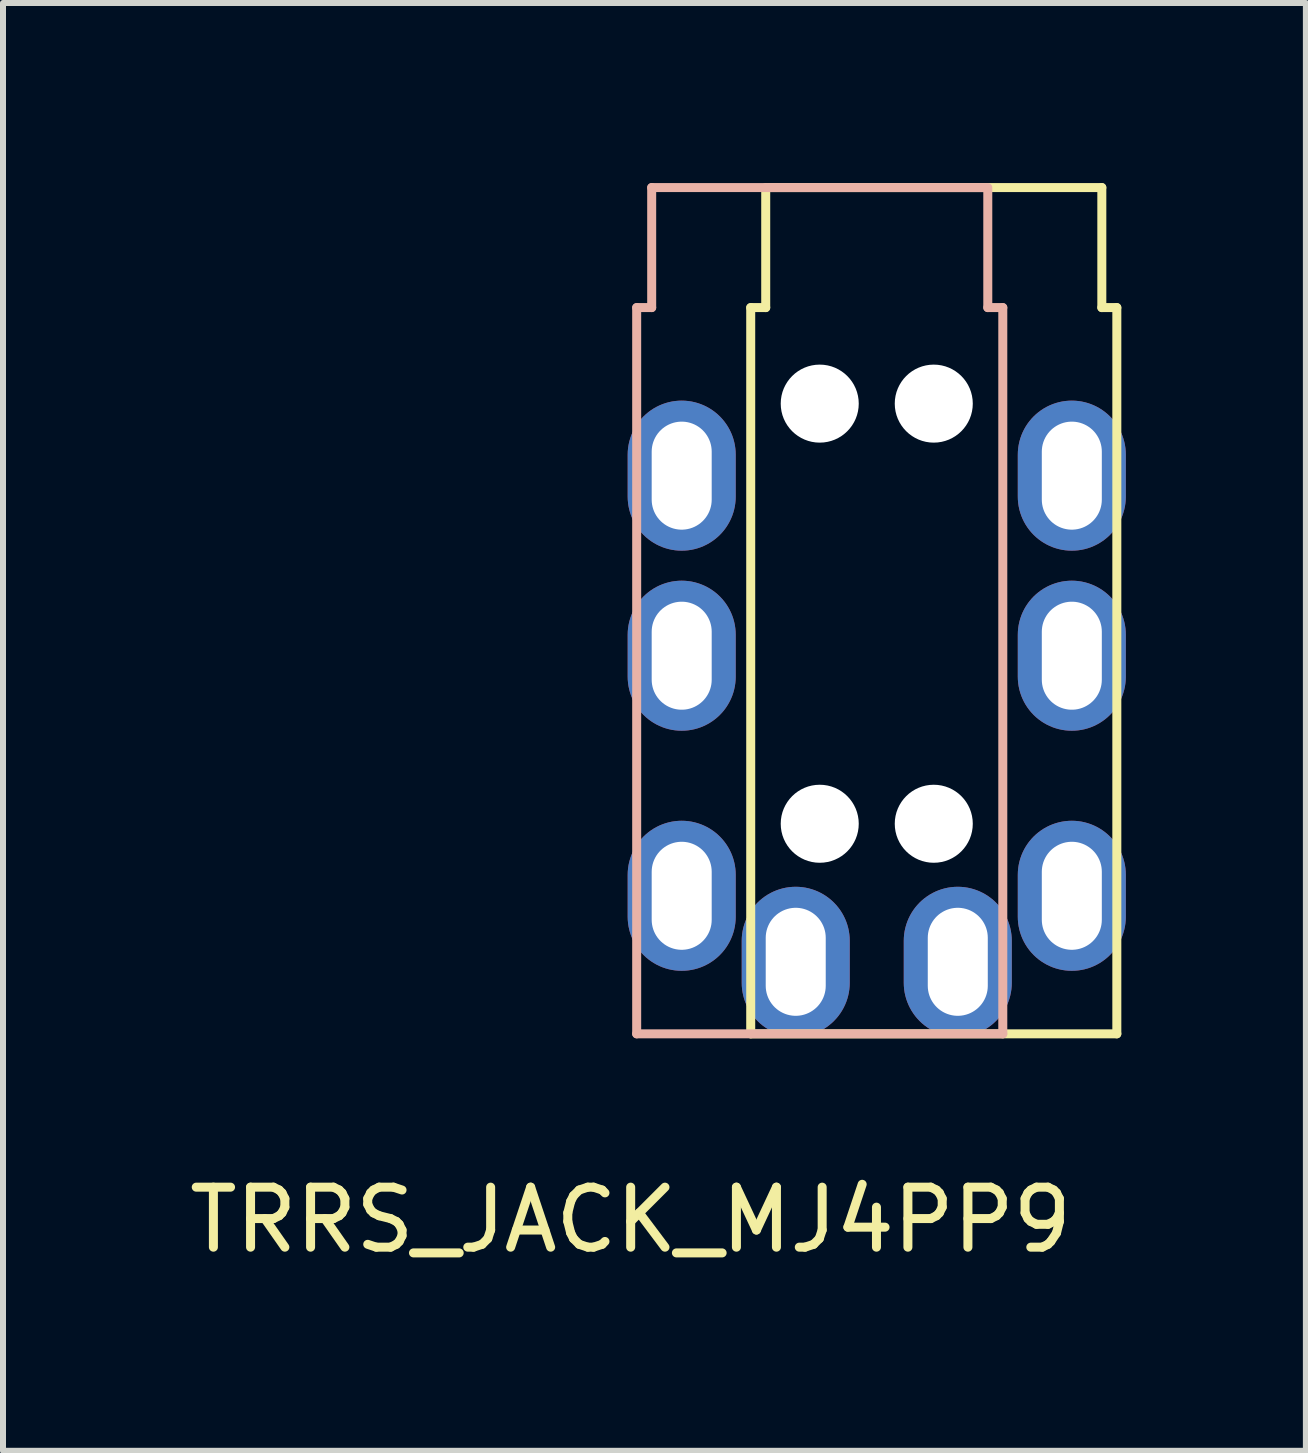
<source format=kicad_pcb>
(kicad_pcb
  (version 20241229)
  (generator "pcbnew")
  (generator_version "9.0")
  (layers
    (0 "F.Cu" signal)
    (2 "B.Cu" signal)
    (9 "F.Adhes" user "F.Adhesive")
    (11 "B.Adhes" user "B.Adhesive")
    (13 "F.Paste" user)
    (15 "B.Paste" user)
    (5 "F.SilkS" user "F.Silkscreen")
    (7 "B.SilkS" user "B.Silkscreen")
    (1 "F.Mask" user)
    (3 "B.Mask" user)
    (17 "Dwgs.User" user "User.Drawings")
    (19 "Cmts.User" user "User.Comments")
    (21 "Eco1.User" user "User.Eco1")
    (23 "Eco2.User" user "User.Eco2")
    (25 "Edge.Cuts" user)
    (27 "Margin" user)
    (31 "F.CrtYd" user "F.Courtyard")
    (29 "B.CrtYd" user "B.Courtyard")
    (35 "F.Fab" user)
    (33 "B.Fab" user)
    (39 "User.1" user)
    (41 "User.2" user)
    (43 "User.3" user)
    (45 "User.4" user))
  (footprint "TRRS_JACK_MJ4PP9"
    (layer "F.Cu")
    (at 7.558 14.175)
    (property "Reference" "TRRS_JACK_MJ4PP9" (at -0.1 3.1 0) (layer "F.SilkS") (effects (font (size 1 1) (thickness 0.15))))
    (attr through_hole)
    (fp_line (start 1.9 -12.1) (end 2.15 -12.1) (stroke (width 0.15) (type solid)) (layer "F.SilkS"))
    (fp_line (start 1.9 0) (end 1.9 -12.1) (stroke (width 0.15) (type solid)) (layer "F.SilkS"))
    (fp_line (start 2.15 -12.1) (end 2.15 -14.1) (stroke (width 0.15) (type solid)) (layer "F.SilkS"))
    (fp_line (start 2.2 -14.1) (end 7.75 -14.1) (stroke (width 0.15) (type solid)) (layer "F.SilkS"))
    (fp_line (start 7.75 -12.1) (end 7.75 -14.1) (stroke (width 0.15) (type solid)) (layer "F.SilkS"))
    (fp_line (start 8 -12.1) (end 7.75 -12.1) (stroke (width 0.15) (type solid)) (layer "F.SilkS"))
    (fp_line (start 8 0) (end 1.9 0) (stroke (width 0.15) (type solid)) (layer "F.SilkS"))
    (fp_line (start 8 0) (end 8 -12.1) (stroke (width 0.15) (type solid)) (layer "F.SilkS"))
    (fp_line (start 0 -12.1) (end 0.25 -12.1) (stroke (width 0.15) (type solid)) (layer "B.SilkS"))
    (fp_line (start 0 0) (end 0 -12.1) (stroke (width 0.15) (type solid)) (layer "B.SilkS"))
    (fp_line (start 0 0) (end 6.1 0) (stroke (width 0.15) (type solid)) (layer "B.SilkS"))
    (fp_line (start 0.25 -12.1) (end 0.25 -14.1) (stroke (width 0.15) (type solid)) (layer "B.SilkS"))
    (fp_line (start 5.8 -14.1) (end 0.25 -14.1) (stroke (width 0.15) (type solid)) (layer "B.SilkS"))
    (fp_line (start 5.85 -12.1) (end 5.85 -14.1) (stroke (width 0.15) (type solid)) (layer "B.SilkS"))
    (fp_line (start 6.1 -12.1) (end 5.85 -12.1) (stroke (width 0.15) (type solid)) (layer "B.SilkS"))
    (fp_line (start 6.1 0) (end 6.1 -12.1) (stroke (width 0.15) (type solid)) (layer "B.SilkS"))
    (pad "" np_thru_hole circle (at 3.05 -10.5) (size 1.3 1.3) (drill 1.3) (layers "*.Cu" "*.Mask"))
    (pad "" np_thru_hole circle (at 3.05 -3.5) (size 1.3 1.3) (drill 1.3) (layers "*.Cu" "*.Mask"))
    (pad "" np_thru_hole circle (at 4.95 -10.5) (size 1.3 1.3) (drill 1.3) (layers "*.Cu" "*.Mask"))
    (pad "" np_thru_hole circle (at 4.95 -3.5) (size 1.3 1.3) (drill 1.3) (layers "*.Cu" "*.Mask"))
    (pad "1" thru_hole oval (at 0.75 -2.3) (size 1.8 2.5) (drill oval 1 1.8) (layers "*.Cu" "*.Mask"))
    (pad "1" thru_hole oval (at 7.25 -2.3) (size 1.8 2.5) (drill oval 1 1.8) (layers "*.Cu" "*.Mask"))
    (pad "2" thru_hole oval (at 0.75 -9.3) (size 1.8 2.5) (drill oval 1 1.8) (layers "*.Cu" "*.Mask"))
    (pad "2" thru_hole oval (at 7.25 -9.3) (size 1.8 2.5) (drill oval 1 1.8) (layers "*.Cu" "*.Mask"))
    (pad "3" thru_hole oval (at 0.75 -6.3) (size 1.8 2.5) (drill oval 1 1.8) (layers "*.Cu" "*.Mask"))
    (pad "3" thru_hole oval (at 7.25 -6.3) (size 1.8 2.5) (drill oval 1 1.8) (layers "*.Cu" "*.Mask"))
    (pad "4" thru_hole oval (at 2.65 -1.2) (size 1.8 2.5) (drill oval 1 1.8) (layers "*.Cu" "*.Mask"))
    (pad "5" thru_hole oval (at 5.35 -1.2) (size 1.8 2.5) (drill oval 1 1.8) (layers "*.Cu" "*.Mask")))
  (gr_rect
    (start -3 -3)
    (end 18.708 21.123)
    (stroke (width 0.1) (type default))
    (fill no)
    (layer "Edge.Cuts")))
</source>
